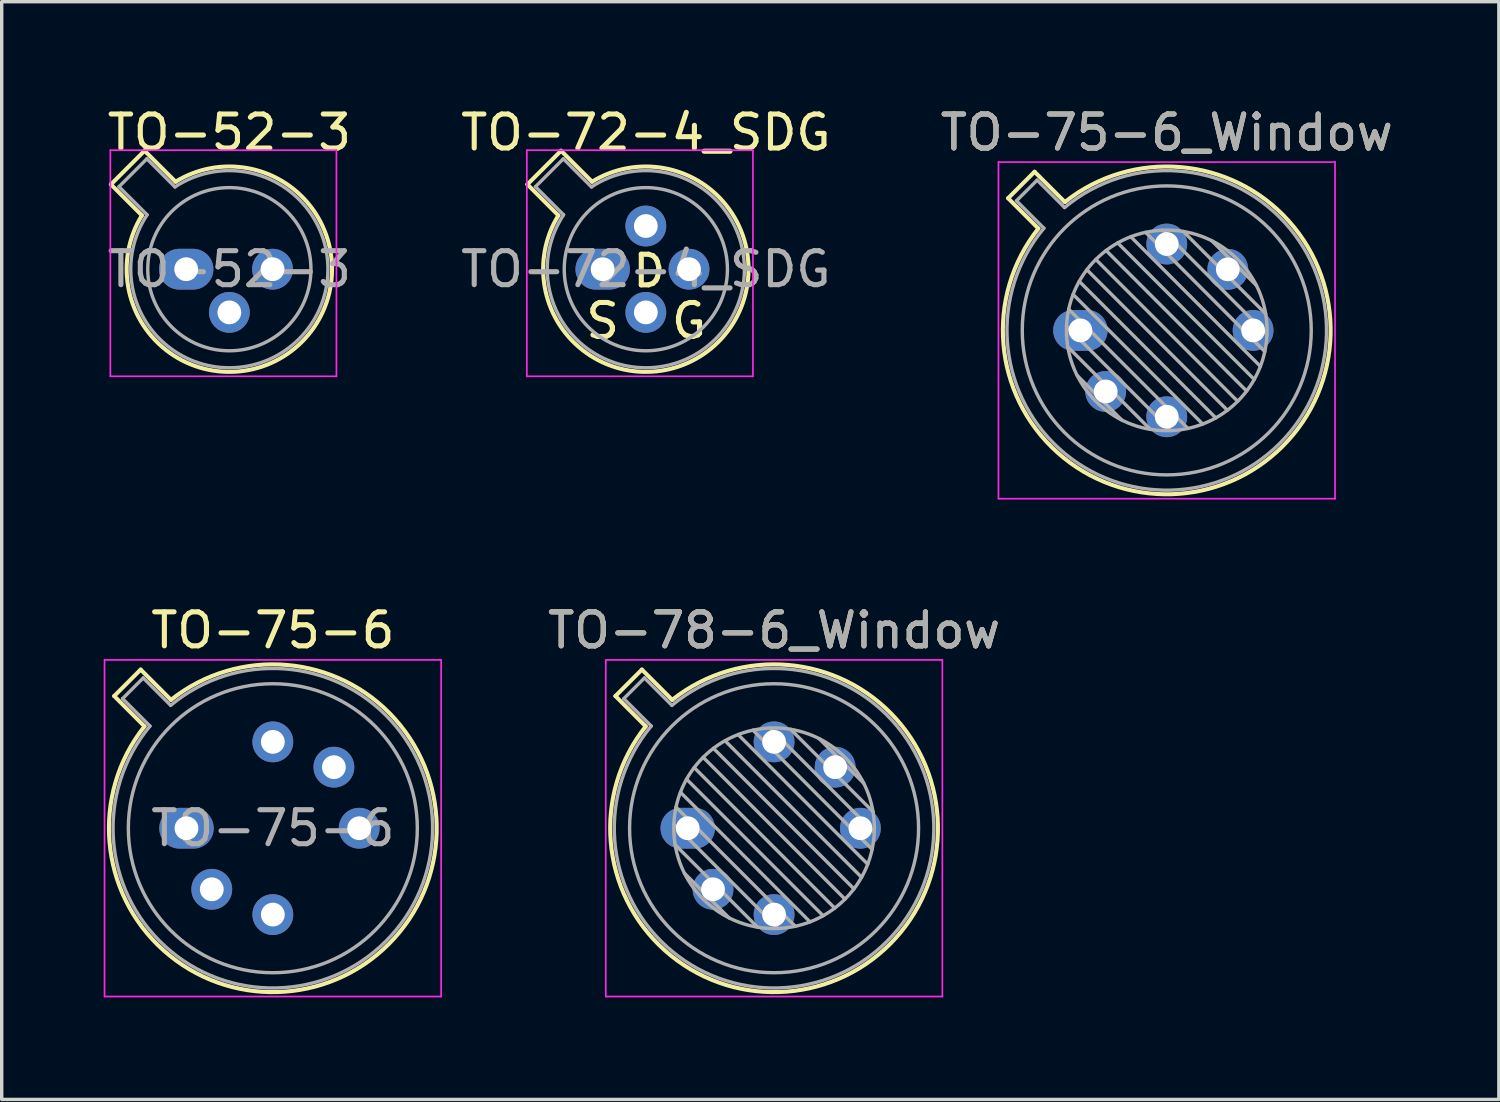
<source format=kicad_pcb>
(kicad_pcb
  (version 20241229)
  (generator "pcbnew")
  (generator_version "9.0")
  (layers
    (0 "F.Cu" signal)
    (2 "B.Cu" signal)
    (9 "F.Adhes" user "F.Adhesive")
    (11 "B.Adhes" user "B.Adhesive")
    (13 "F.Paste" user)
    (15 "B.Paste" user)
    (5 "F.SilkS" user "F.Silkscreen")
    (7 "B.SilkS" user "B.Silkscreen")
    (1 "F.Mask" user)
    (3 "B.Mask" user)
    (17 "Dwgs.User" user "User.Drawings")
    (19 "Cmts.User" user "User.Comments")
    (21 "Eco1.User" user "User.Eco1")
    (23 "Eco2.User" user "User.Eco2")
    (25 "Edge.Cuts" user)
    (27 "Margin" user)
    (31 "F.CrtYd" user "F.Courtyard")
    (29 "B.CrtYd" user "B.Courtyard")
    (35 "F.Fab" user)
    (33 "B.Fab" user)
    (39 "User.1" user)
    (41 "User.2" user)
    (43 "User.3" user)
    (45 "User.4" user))
  (footprint "TO-78-6_Window"
    (layer "F.Cu")
    (at 17.178 21.311)
    (property "Reference" "TO-78-6_Window" (at 2.54 -5.82 0) (layer "F.SilkS") (effects (font (size 1 1) (thickness 0.15))))
    (attr through_hole)
    (fp_line (start -2.126 -3.888) (end -1.235 -2.997) (stroke (width 0.12) (type solid)) (layer "F.SilkS"))
    (fp_line (start -1.348 -4.666) (end -2.126 -3.888) (stroke (width 0.12) (type solid)) (layer "F.SilkS"))
    (fp_line (start -0.457 -3.775) (end -1.348 -4.666) (stroke (width 0.12) (type solid)) (layer "F.SilkS"))
    (fp_arc (start -0.457084 -3.774902) (mid 5.948125 3.408384) (end -1.234674 -2.997371) (stroke (width 0.12) (type solid)) (layer "F.SilkS"))
    (fp_line (start -2.41 -4.95) (end -2.41 4.95) (stroke (width 0.05) (type solid)) (layer "F.CrtYd"))
    (fp_line (start -2.41 4.95) (end 7.49 4.95) (stroke (width 0.05) (type solid)) (layer "F.CrtYd"))
    (fp_line (start 7.49 -4.95) (end -2.41 -4.95) (stroke (width 0.05) (type solid)) (layer "F.CrtYd"))
    (fp_line (start 7.49 4.95) (end 7.49 -4.95) (stroke (width 0.05) (type solid)) (layer "F.CrtYd"))
    (fp_line (start -1.88 -3.812) (end -1.074 -3.005) (stroke (width 0.1) (type solid)) (layer "F.Fab"))
    (fp_line (start -1.272 -4.42) (end -1.88 -3.812) (stroke (width 0.1) (type solid)) (layer "F.Fab"))
    (fp_line (start -0.465 -3.614) (end -1.272 -4.42) (stroke (width 0.1) (type solid)) (layer "F.Fab"))
    (fp_line (start -0.408 -0.12) (end 2.66 2.948) (stroke (width 0.1) (type solid)) (layer "F.Fab"))
    (fp_line (start -0.371 0.485) (end 2.055 2.911) (stroke (width 0.1) (type solid)) (layer "F.Fab"))
    (fp_line (start -0.344 -0.622) (end 3.162 2.884) (stroke (width 0.1) (type solid)) (layer "F.Fab"))
    (fp_line (start -0.215 -1.058) (end 3.598 2.755) (stroke (width 0.1) (type solid)) (layer "F.Fab"))
    (fp_line (start -0.097 1.324) (end 1.216 2.637) (stroke (width 0.1) (type solid)) (layer "F.Fab"))
    (fp_line (start -0.034 -1.443) (end 3.983 2.574) (stroke (width 0.1) (type solid)) (layer "F.Fab"))
    (fp_line (start 0.19 -1.784) (end 4.324 2.35) (stroke (width 0.1) (type solid)) (layer "F.Fab"))
    (fp_line (start 0.454 -2.086) (end 4.626 2.086) (stroke (width 0.1) (type solid)) (layer "F.Fab"))
    (fp_line (start 0.756 -2.35) (end 4.89 1.784) (stroke (width 0.1) (type solid)) (layer "F.Fab"))
    (fp_line (start 1.097 -2.574) (end 5.114 1.443) (stroke (width 0.1) (type solid)) (layer "F.Fab"))
    (fp_line (start 1.482 -2.755) (end 5.295 1.058) (stroke (width 0.1) (type solid)) (layer "F.Fab"))
    (fp_line (start 1.918 -2.884) (end 5.424 0.622) (stroke (width 0.1) (type solid)) (layer "F.Fab"))
    (fp_line (start 2.42 -2.948) (end 5.488 0.12) (stroke (width 0.1) (type solid)) (layer "F.Fab"))
    (fp_line (start 3.025 -2.911) (end 5.451 -0.485) (stroke (width 0.1) (type solid)) (layer "F.Fab"))
    (fp_line (start 3.864 -2.637) (end 5.177 -1.324) (stroke (width 0.1) (type solid)) (layer "F.Fab"))
    (fp_arc (start -0.465408 -3.61352) (mid 5.863443 3.323361) (end -1.073594 -3.005319) (stroke (width 0.1) (type solid)) (layer "F.Fab"))
    (fp_circle (center 2.54 0) (end 5.49 0) (stroke (width 0.1) (type solid)) (fill no) (layer "F.Fab"))
    (fp_circle (center 2.54 0) (end 6.79 0) (stroke (width 0.1) (type solid)) (fill no) (layer "F.Fab"))
    (fp_text user "${REFERENCE}" (at 2.54 -5.82 0) (layer "F.Fab") (effects (font (size 1 1) (thickness 0.15))))
    (pad "1" thru_hole oval (at 0 0) (size 1.6 1.2) (drill 0.7) (layers "*.Cu" "*.Mask"))
    (pad "2" thru_hole oval (at 0.744 1.796) (size 1.2 1.2) (drill 0.7) (layers "*.Cu" "*.Mask"))
    (pad "3" thru_hole oval (at 2.54 2.54) (size 1.2 1.2) (drill 0.7) (layers "*.Cu" "*.Mask"))
    (pad "4" thru_hole oval (at 5.08 0) (size 1.2 1.2) (drill 0.7) (layers "*.Cu" "*.Mask"))
    (pad "5" thru_hole oval (at 4.336 -1.796) (size 1.2 1.2) (drill 0.7) (layers "*.Cu" "*.Mask"))
    (pad "6" thru_hole oval (at 2.54 -2.54) (size 1.2 1.2) (drill 0.7) (layers "*.Cu" "*.Mask")))
  (footprint "TO-72-4_SDG"
    (layer "F.Cu")
    (at 14.676 4.868)
    (property "Reference" "TO-72-4_SDG" (at 1.27 -4.02 0) (layer "F.SilkS") (effects (font (size 1 1) (thickness 0.15))))
    (fp_line (start -2.214 -2.494) (end -1.302 -1.582) (stroke (width 0.12) (type solid)) (layer "F.SilkS"))
    (fp_line (start -1.224 -3.484) (end -2.214 -2.494) (stroke (width 0.12) (type solid)) (layer "F.SilkS"))
    (fp_line (start -0.312 -2.572) (end -1.224 -3.484) (stroke (width 0.12) (type solid)) (layer "F.SilkS"))
    (fp_arc (start -0.312331 -2.572281) (mid 3.405374 2.135551) (end -1.30215 -1.582544) (stroke (width 0.12) (type solid)) (layer "F.SilkS"))
    (fp_line (start -2.23 -3.5) (end -2.23 3.15) (stroke (width 0.05) (type solid)) (layer "F.CrtYd"))
    (fp_line (start -2.23 3.15) (end 4.42 3.15) (stroke (width 0.05) (type solid)) (layer "F.CrtYd"))
    (fp_line (start 4.42 -3.5) (end -2.23 -3.5) (stroke (width 0.05) (type solid)) (layer "F.CrtYd"))
    (fp_line (start 4.42 3.15) (end 4.42 -3.5) (stroke (width 0.05) (type solid)) (layer "F.CrtYd"))
    (fp_line (start -1.977 -2.426) (end -1.149 -1.599) (stroke (width 0.1) (type solid)) (layer "F.Fab"))
    (fp_line (start -1.156 -3.247) (end -1.977 -2.426) (stroke (width 0.1) (type solid)) (layer "F.Fab"))
    (fp_line (start -0.329 -2.419) (end -1.156 -3.247) (stroke (width 0.1) (type solid)) (layer "F.Fab"))
    (fp_arc (start -0.329057 -2.419301) (mid 3.321075 2.050145) (end -1.150029 -1.597956) (stroke (width 0.1) (type solid)) (layer "F.Fab"))
    (fp_circle (center 1.27 0) (end 3.67 0) (stroke (width 0.1) (type solid)) (fill no) (layer "F.Fab"))
    (fp_text user "S" (at 0 1.524 0) (unlocked yes) (layer "F.SilkS") (effects (font (size 1 1) (thickness 0.15))))
    (fp_text user "D" (at 1.372 0.051 0) (unlocked yes) (layer "F.SilkS") (effects (font (size 0.9 0.9) (thickness 0.15))))
    (fp_text user "G" (at 2.54 1.524 0) (unlocked yes) (layer "F.SilkS") (effects (font (size 1 1) (thickness 0.15))))
    (fp_text user "${REFERENCE}" (at 1.27 0.000001 0) (layer "F.Fab") (effects (font (size 1 1) (thickness 0.15))))
    (pad "1" thru_hole oval (at 0 0) (size 1.6 1.2) (drill 0.7) (layers "*.Cu" "*.Mask"))
    (pad "2" thru_hole oval (at 1.27 1.27) (size 1.2 1.2) (drill 0.7) (layers "*.Cu" "*.Mask"))
    (pad "3" thru_hole oval (at 2.54 0) (size 1.2 1.2) (drill 0.7) (layers "*.Cu" "*.Mask"))
    (pad "4" thru_hole oval (at 1.27 -1.27) (size 1.2 1.2) (drill 0.7) (layers "*.Cu" "*.Mask")))
  (footprint "TO-75-6_Window"
    (layer "F.Cu")
    (at 28.728 6.668)
    (property "Reference" "TO-75-6_Window" (at 2.54 -5.82 0) (layer "F.SilkS") (effects (font (size 1 1) (thickness 0.15))))
    (attr through_hole)
    (fp_line (start -2.126 -3.888) (end -1.235 -2.997) (stroke (width 0.12) (type solid)) (layer "F.SilkS"))
    (fp_line (start -1.348 -4.666) (end -2.126 -3.888) (stroke (width 0.12) (type solid)) (layer "F.SilkS"))
    (fp_line (start -0.457 -3.775) (end -1.348 -4.666) (stroke (width 0.12) (type solid)) (layer "F.SilkS"))
    (fp_arc (start -0.457084 -3.774902) (mid 5.948125 3.408384) (end -1.234674 -2.997371) (stroke (width 0.12) (type solid)) (layer "F.SilkS"))
    (fp_line (start -2.41 -4.95) (end -2.41 4.95) (stroke (width 0.05) (type solid)) (layer "F.CrtYd"))
    (fp_line (start -2.41 4.95) (end 7.49 4.95) (stroke (width 0.05) (type solid)) (layer "F.CrtYd"))
    (fp_line (start 7.49 -4.95) (end -2.41 -4.95) (stroke (width 0.05) (type solid)) (layer "F.CrtYd"))
    (fp_line (start 7.49 4.95) (end 7.49 -4.95) (stroke (width 0.05) (type solid)) (layer "F.CrtYd"))
    (fp_line (start -1.88 -3.812) (end -1.074 -3.005) (stroke (width 0.1) (type solid)) (layer "F.Fab"))
    (fp_line (start -1.272 -4.42) (end -1.88 -3.812) (stroke (width 0.1) (type solid)) (layer "F.Fab"))
    (fp_line (start -0.465 -3.614) (end -1.272 -4.42) (stroke (width 0.1) (type solid)) (layer "F.Fab"))
    (fp_line (start -0.408 -0.12) (end 2.66 2.948) (stroke (width 0.1) (type solid)) (layer "F.Fab"))
    (fp_line (start -0.371 0.485) (end 2.055 2.911) (stroke (width 0.1) (type solid)) (layer "F.Fab"))
    (fp_line (start -0.344 -0.622) (end 3.162 2.884) (stroke (width 0.1) (type solid)) (layer "F.Fab"))
    (fp_line (start -0.215 -1.058) (end 3.598 2.755) (stroke (width 0.1) (type solid)) (layer "F.Fab"))
    (fp_line (start -0.097 1.324) (end 1.216 2.637) (stroke (width 0.1) (type solid)) (layer "F.Fab"))
    (fp_line (start -0.034 -1.443) (end 3.983 2.574) (stroke (width 0.1) (type solid)) (layer "F.Fab"))
    (fp_line (start 0.19 -1.784) (end 4.324 2.35) (stroke (width 0.1) (type solid)) (layer "F.Fab"))
    (fp_line (start 0.454 -2.086) (end 4.626 2.086) (stroke (width 0.1) (type solid)) (layer "F.Fab"))
    (fp_line (start 0.756 -2.35) (end 4.89 1.784) (stroke (width 0.1) (type solid)) (layer "F.Fab"))
    (fp_line (start 1.097 -2.574) (end 5.114 1.443) (stroke (width 0.1) (type solid)) (layer "F.Fab"))
    (fp_line (start 1.482 -2.755) (end 5.295 1.058) (stroke (width 0.1) (type solid)) (layer "F.Fab"))
    (fp_line (start 1.918 -2.884) (end 5.424 0.622) (stroke (width 0.1) (type solid)) (layer "F.Fab"))
    (fp_line (start 2.42 -2.948) (end 5.488 0.12) (stroke (width 0.1) (type solid)) (layer "F.Fab"))
    (fp_line (start 3.025 -2.911) (end 5.451 -0.485) (stroke (width 0.1) (type solid)) (layer "F.Fab"))
    (fp_line (start 3.864 -2.637) (end 5.177 -1.324) (stroke (width 0.1) (type solid)) (layer "F.Fab"))
    (fp_arc (start -0.465408 -3.61352) (mid 5.863443 3.323361) (end -1.073594 -3.005319) (stroke (width 0.1) (type solid)) (layer "F.Fab"))
    (fp_circle (center 2.54 0) (end 5.49 0) (stroke (width 0.1) (type solid)) (fill no) (layer "F.Fab"))
    (fp_circle (center 2.54 0) (end 6.79 0) (stroke (width 0.1) (type solid)) (fill no) (layer "F.Fab"))
    (fp_text user "${REFERENCE}" (at 2.54 -5.82 0) (layer "F.Fab") (effects (font (size 1 1) (thickness 0.15))))
    (pad "1" thru_hole oval (at 0 0) (size 1.6 1.2) (drill 0.7) (layers "*.Cu" "*.Mask"))
    (pad "2" thru_hole oval (at 0.744 1.796) (size 1.2 1.2) (drill 0.7) (layers "*.Cu" "*.Mask"))
    (pad "3" thru_hole oval (at 2.54 2.54) (size 1.2 1.2) (drill 0.7) (layers "*.Cu" "*.Mask"))
    (pad "4" thru_hole oval (at 5.08 0) (size 1.2 1.2) (drill 0.7) (layers "*.Cu" "*.Mask"))
    (pad "5" thru_hole oval (at 4.336 -1.796) (size 1.2 1.2) (drill 0.7) (layers "*.Cu" "*.Mask"))
    (pad "6" thru_hole oval (at 2.54 -2.54) (size 1.2 1.2) (drill 0.7) (layers "*.Cu" "*.Mask")))
  (footprint "TO-75-6"
    (layer "F.Cu")
    (at 2.435 21.311)
    (property "Reference" "TO-75-6" (at 2.54 -5.82 0) (layer "F.SilkS") (effects (font (size 1 1) (thickness 0.15))))
    (attr through_hole)
    (fp_line (start -2.126 -3.888) (end -1.235 -2.997) (stroke (width 0.12) (type solid)) (layer "F.SilkS"))
    (fp_line (start -1.348 -4.666) (end -2.126 -3.888) (stroke (width 0.12) (type solid)) (layer "F.SilkS"))
    (fp_line (start -0.457 -3.775) (end -1.348 -4.666) (stroke (width 0.12) (type solid)) (layer "F.SilkS"))
    (fp_arc (start -0.457084 -3.774902) (mid 5.948125 3.408384) (end -1.234674 -2.997371) (stroke (width 0.12) (type solid)) (layer "F.SilkS"))
    (fp_line (start -2.41 -4.95) (end -2.41 4.95) (stroke (width 0.05) (type solid)) (layer "F.CrtYd"))
    (fp_line (start -2.41 4.95) (end 7.49 4.95) (stroke (width 0.05) (type solid)) (layer "F.CrtYd"))
    (fp_line (start 7.49 -4.95) (end -2.41 -4.95) (stroke (width 0.05) (type solid)) (layer "F.CrtYd"))
    (fp_line (start 7.49 4.95) (end 7.49 -4.95) (stroke (width 0.05) (type solid)) (layer "F.CrtYd"))
    (fp_line (start -1.88 -3.812) (end -1.074 -3.005) (stroke (width 0.1) (type solid)) (layer "F.Fab"))
    (fp_line (start -1.272 -4.42) (end -1.88 -3.812) (stroke (width 0.1) (type solid)) (layer "F.Fab"))
    (fp_line (start -0.465 -3.614) (end -1.272 -4.42) (stroke (width 0.1) (type solid)) (layer "F.Fab"))
    (fp_arc (start -0.465408 -3.61352) (mid 5.863443 3.323361) (end -1.073594 -3.005319) (stroke (width 0.1) (type solid)) (layer "F.Fab"))
    (fp_circle (center 2.54 0) (end 6.79 0) (stroke (width 0.1) (type solid)) (fill no) (layer "F.Fab"))
    (fp_text user "${REFERENCE}" (at 2.54 0 0) (layer "F.Fab") (effects (font (size 1 1) (thickness 0.15))))
    (pad "1" thru_hole oval (at 0 0) (size 1.6 1.2) (drill 0.7) (layers "*.Cu" "*.Mask"))
    (pad "2" thru_hole oval (at 0.744 1.796) (size 1.2 1.2) (drill 0.7) (layers "*.Cu" "*.Mask"))
    (pad "3" thru_hole oval (at 2.54 2.54) (size 1.2 1.2) (drill 0.7) (layers "*.Cu" "*.Mask"))
    (pad "4" thru_hole oval (at 5.08 0) (size 1.2 1.2) (drill 0.7) (layers "*.Cu" "*.Mask"))
    (pad "5" thru_hole oval (at 4.336 -1.796) (size 1.2 1.2) (drill 0.7) (layers "*.Cu" "*.Mask"))
    (pad "6" thru_hole oval (at 2.54 -2.54) (size 1.2 1.2) (drill 0.7) (layers "*.Cu" "*.Mask")))
  (footprint "TO-52-3"
    (layer "F.Cu")
    (at 2.426 4.868)
    (property "Reference" "TO-52-3" (at 1.27 -4.02 0) (layer "F.SilkS") (effects (font (size 1 1) (thickness 0.15))))
    (attr through_hole)
    (fp_line (start -2.214 -2.494) (end -1.302 -1.582) (stroke (width 0.12) (type solid)) (layer "F.SilkS"))
    (fp_line (start -1.224 -3.484) (end -2.214 -2.494) (stroke (width 0.12) (type solid)) (layer "F.SilkS"))
    (fp_line (start -0.312 -2.572) (end -1.224 -3.484) (stroke (width 0.12) (type solid)) (layer "F.SilkS"))
    (fp_arc (start -0.312331 -2.572281) (mid 3.405374 2.135551) (end -1.30215 -1.582544) (stroke (width 0.12) (type solid)) (layer "F.SilkS"))
    (fp_line (start -2.23 -3.5) (end -2.23 3.15) (stroke (width 0.05) (type solid)) (layer "F.CrtYd"))
    (fp_line (start -2.23 3.15) (end 4.42 3.15) (stroke (width 0.05) (type solid)) (layer "F.CrtYd"))
    (fp_line (start 4.42 -3.5) (end -2.23 -3.5) (stroke (width 0.05) (type solid)) (layer "F.CrtYd"))
    (fp_line (start 4.42 3.15) (end 4.42 -3.5) (stroke (width 0.05) (type solid)) (layer "F.CrtYd"))
    (fp_line (start -1.977 -2.426) (end -1.149 -1.599) (stroke (width 0.1) (type solid)) (layer "F.Fab"))
    (fp_line (start -1.156 -3.247) (end -1.977 -2.426) (stroke (width 0.1) (type solid)) (layer "F.Fab"))
    (fp_line (start -0.329 -2.419) (end -1.156 -3.247) (stroke (width 0.1) (type solid)) (layer "F.Fab"))
    (fp_arc (start -0.329057 -2.419301) (mid 3.321075 2.050145) (end -1.150029 -1.597956) (stroke (width 0.1) (type solid)) (layer "F.Fab"))
    (fp_circle (center 1.27 0) (end 3.67 0) (stroke (width 0.1) (type solid)) (fill no) (layer "F.Fab"))
    (fp_text user "${REFERENCE}" (at 1.27 0 0) (layer "F.Fab") (effects (font (size 1 1) (thickness 0.15))))
    (pad "1" thru_hole oval (at 0 0) (size 1.6 1.2) (drill 0.7) (layers "*.Cu" "*.Mask"))
    (pad "2" thru_hole oval (at 1.27 1.27) (size 1.2 1.2) (drill 0.7) (layers "*.Cu" "*.Mask"))
    (pad "3" thru_hole oval (at 2.54 0) (size 1.2 1.2) (drill 0.7) (layers "*.Cu" "*.Mask")))
  (gr_rect
    (start -3 -3)
    (end 41.036 29.287)
    (stroke (width 0.1) (type default))
    (fill no)
    (layer "Edge.Cuts")))
</source>
